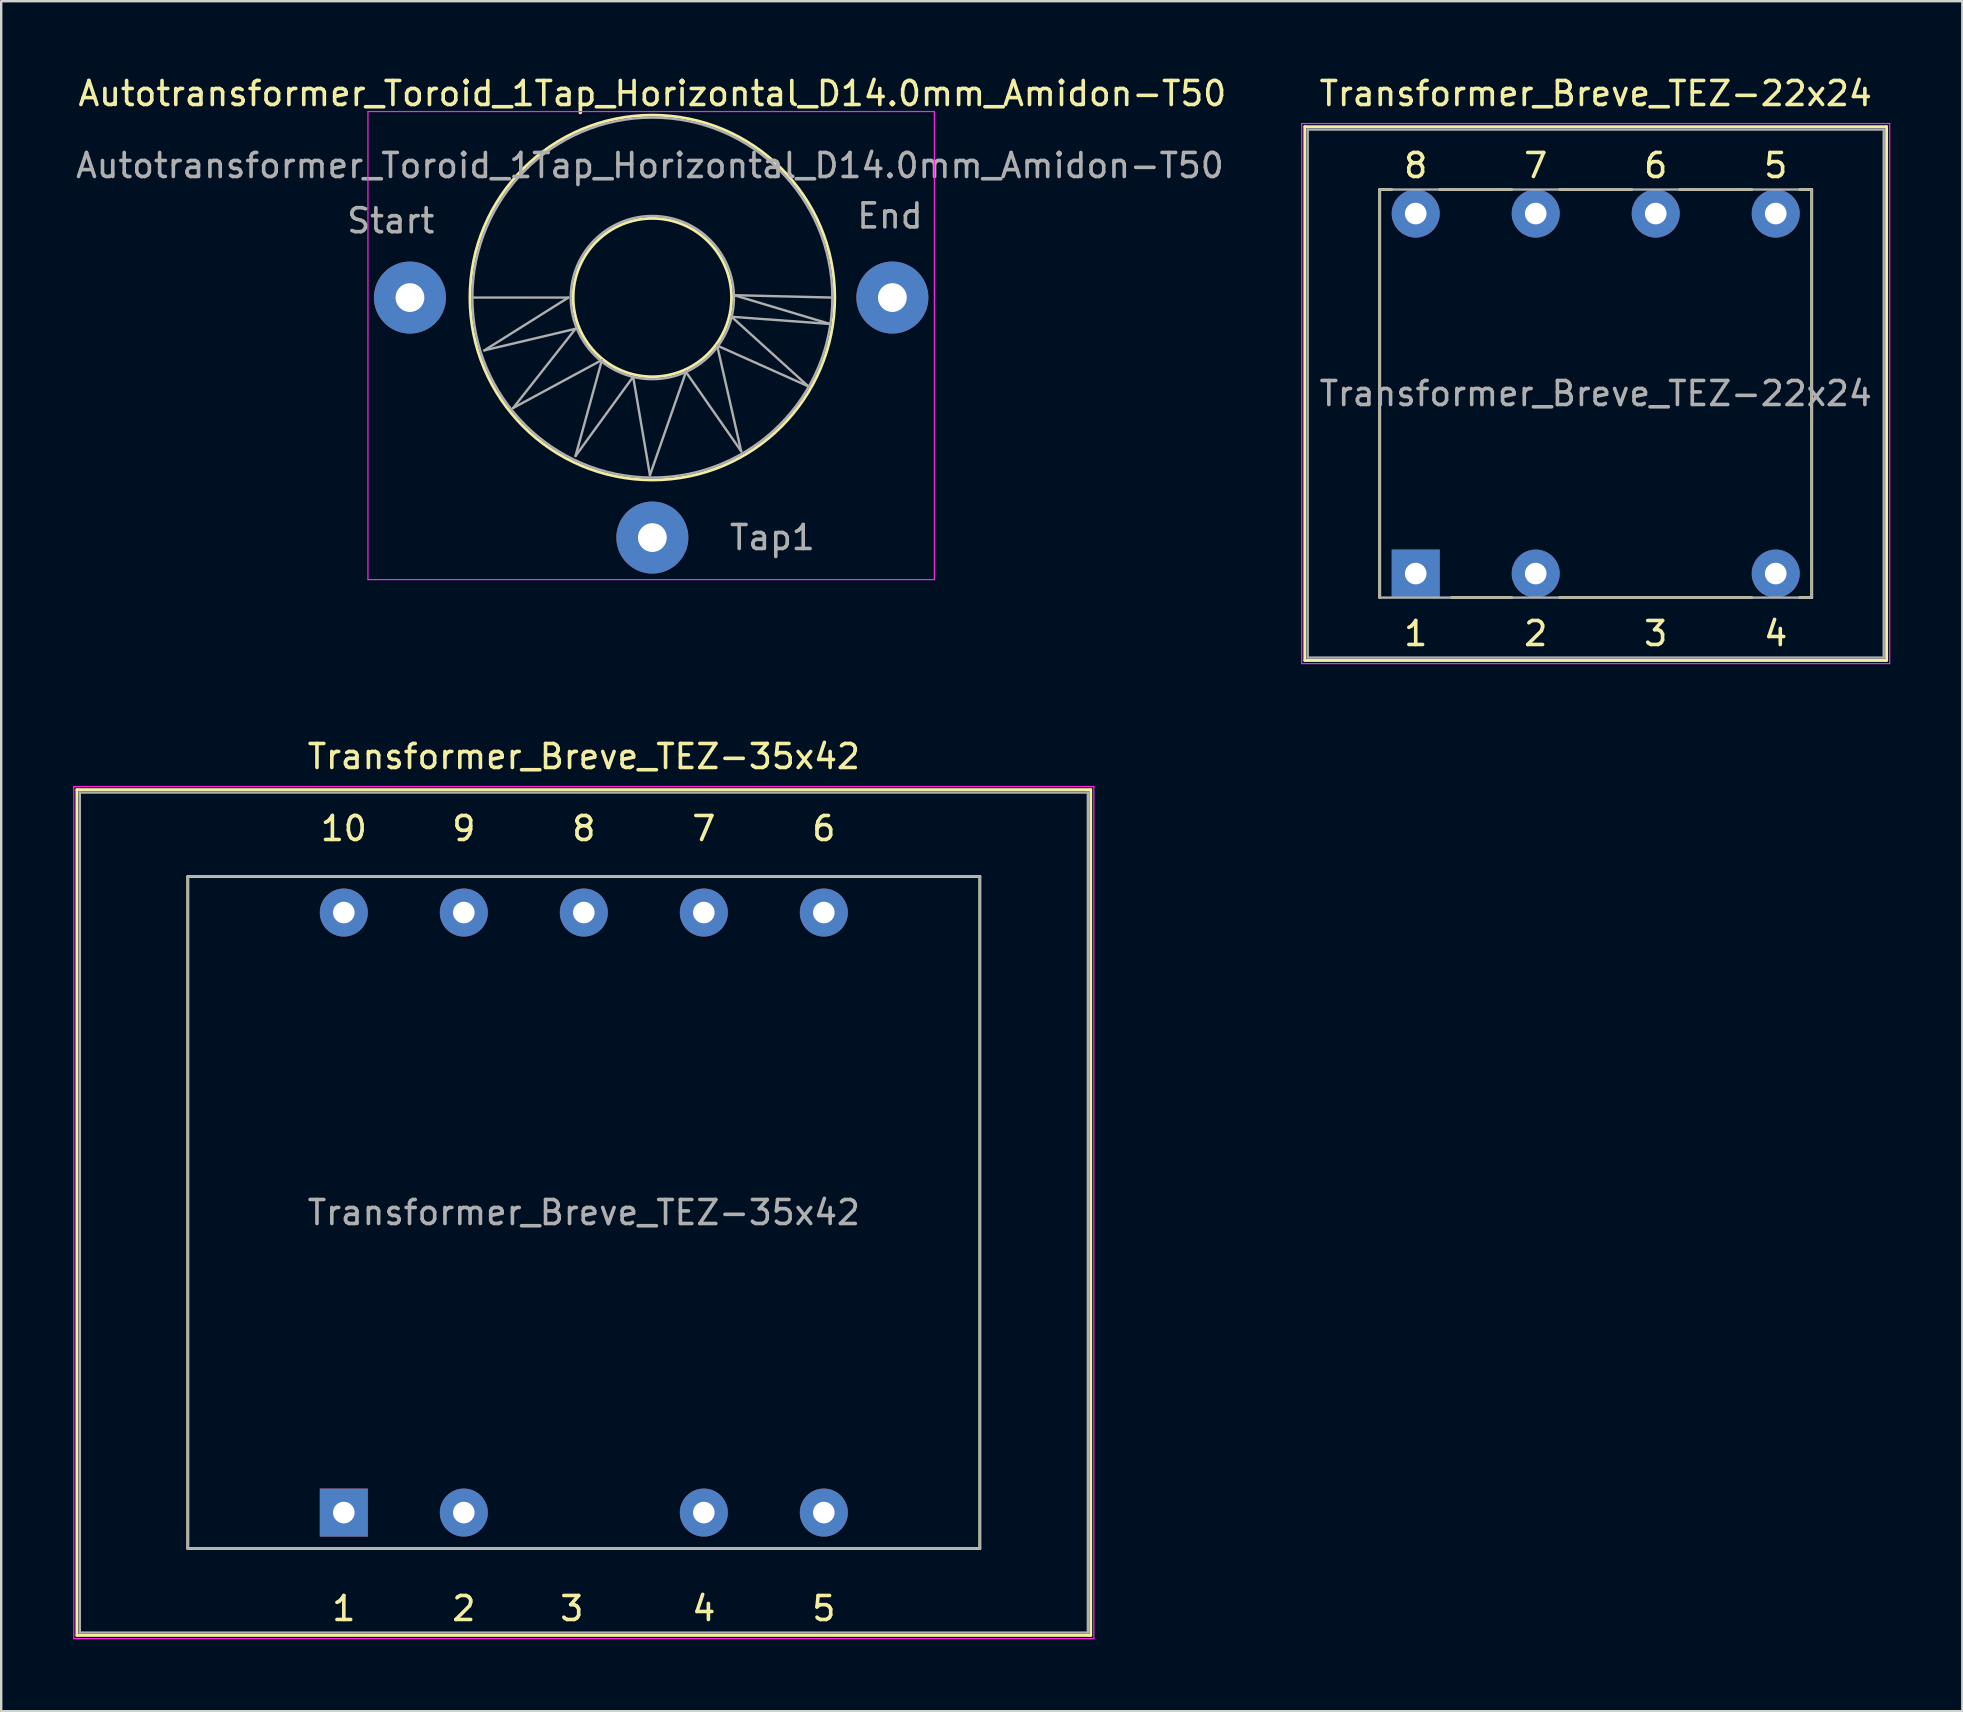
<source format=kicad_pcb>
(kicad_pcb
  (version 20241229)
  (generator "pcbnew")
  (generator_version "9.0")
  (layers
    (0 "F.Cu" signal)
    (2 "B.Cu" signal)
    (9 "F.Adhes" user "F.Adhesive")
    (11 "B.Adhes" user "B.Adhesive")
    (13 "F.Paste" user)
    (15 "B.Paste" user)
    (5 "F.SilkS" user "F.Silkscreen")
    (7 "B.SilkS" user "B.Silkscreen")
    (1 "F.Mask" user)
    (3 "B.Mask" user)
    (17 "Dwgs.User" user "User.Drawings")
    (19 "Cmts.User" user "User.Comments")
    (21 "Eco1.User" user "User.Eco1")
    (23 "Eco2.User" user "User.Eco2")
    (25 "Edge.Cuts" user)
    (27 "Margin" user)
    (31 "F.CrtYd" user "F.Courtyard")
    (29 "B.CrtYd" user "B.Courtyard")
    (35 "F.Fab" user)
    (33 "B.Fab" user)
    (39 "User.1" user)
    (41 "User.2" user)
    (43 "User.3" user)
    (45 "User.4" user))
  (footprint "Autotransformer_Toroid_1Tap_Horizontal_D14.0mm_Amidon-T50"
    (layer "F.Cu")
    (at 14.03 9.348)
    (property "Reference" "Autotransformer_Toroid_1Tap_Horizontal_D14.0mm_Amidon-T50" (at 10.1 -8.5 0) (layer "F.SilkS") (effects (font (size 1 1) (thickness 0.15))))
    (attr through_hole)
    (fp_circle (center 10.1 0) (end 13.4 0) (stroke (width 0.12) (type solid)) (fill no) (layer "F.SilkS"))
    (fp_circle (center 10.1 0) (end 17.7 0) (stroke (width 0.12) (type solid)) (fill no) (layer "F.SilkS"))
    (fp_line (start -1.75 -7.75) (end -1.75 11.75) (stroke (width 0.05) (type solid)) (layer "F.CrtYd"))
    (fp_line (start -1.75 -7.75) (end 21.85 -7.75) (stroke (width 0.05) (type solid)) (layer "F.CrtYd"))
    (fp_line (start 21.85 11.75) (end -1.75 11.75) (stroke (width 0.05) (type solid)) (layer "F.CrtYd"))
    (fp_line (start 21.85 11.75) (end 21.85 -7.75) (stroke (width 0.05) (type solid)) (layer "F.CrtYd"))
    (fp_line (start 2.6 0) (end 6.6 0) (stroke (width 0.1) (type solid)) (layer "F.Fab"))
    (fp_line (start 3.1 2.2) (end 6.9 1.3) (stroke (width 0.1) (type solid)) (layer "F.Fab"))
    (fp_line (start 4.3 4.6) (end 8 2.6) (stroke (width 0.1) (type solid)) (layer "F.Fab"))
    (fp_line (start 6.6 0) (end 3.1 2.2) (stroke (width 0.1) (type solid)) (layer "F.Fab"))
    (fp_line (start 6.9 1.3) (end 4.3 4.6) (stroke (width 0.1) (type solid)) (layer "F.Fab"))
    (fp_line (start 6.9 6.6) (end 9.3 3.3) (stroke (width 0.1) (type solid)) (layer "F.Fab"))
    (fp_line (start 8 2.6) (end 6.9 6.6) (stroke (width 0.1) (type solid)) (layer "F.Fab"))
    (fp_line (start 9.3 3.3) (end 10 7.4) (stroke (width 0.1) (type solid)) (layer "F.Fab"))
    (fp_line (start 10 7.4) (end 11.5 3.1) (stroke (width 0.1) (type solid)) (layer "F.Fab"))
    (fp_line (start 11.5 3.1) (end 13.8 6.4) (stroke (width 0.1) (type solid)) (layer "F.Fab"))
    (fp_line (start 12.8 2) (end 16.6 3.7) (stroke (width 0.1) (type solid)) (layer "F.Fab"))
    (fp_line (start 13.4 0.8) (end 17.5 1.1) (stroke (width 0.1) (type solid)) (layer "F.Fab"))
    (fp_line (start 13.5 -0.1) (end 17.6 0) (stroke (width 0.1) (type solid)) (layer "F.Fab"))
    (fp_line (start 13.8 6.4) (end 12.8 2) (stroke (width 0.1) (type solid)) (layer "F.Fab"))
    (fp_line (start 16.6 3.7) (end 13.4 0.8) (stroke (width 0.1) (type solid)) (layer "F.Fab"))
    (fp_line (start 17.5 1.1) (end 13.5 -0.1) (stroke (width 0.1) (type solid)) (layer "F.Fab"))
    (fp_circle (center 10.1 0) (end 13.5 0) (stroke (width 0.1) (type solid)) (fill no) (layer "F.Fab"))
    (fp_circle (center 10.1 0) (end 17.6 0) (stroke (width 0.1) (type solid)) (fill no) (layer "F.Fab"))
    (fp_text user "End" (at 20 -3.4 0) (layer "F.Fab") (effects (font (size 1 1) (thickness 0.15))))
    (fp_text user "Tap1" (at 15.1 10 0) (layer "F.Fab") (effects (font (size 1 1) (thickness 0.15))))
    (fp_text user "${REFERENCE}" (at 10 -5.5 0) (layer "F.Fab") (effects (font (size 1 1) (thickness 0.15))))
    (fp_text user "Start" (at -0.8 -3.2 0) (layer "F.Fab") (effects (font (size 1 1) (thickness 0.15))))
    (pad "1" thru_hole circle (at 0 0) (size 3 3) (drill 1.2) (layers "*.Cu" "*.Mask"))
    (pad "2" thru_hole circle (at 10.1 10) (size 3 3) (drill 1.2) (layers "*.Cu" "*.Mask"))
    (pad "3" thru_hole circle (at 20.1 0) (size 3 3) (drill 1.2) (layers "*.Cu" "*.Mask")))
  (footprint "Transformer_Breve_TEZ-22x24"
    (layer "F.Cu")
    (at 55.935 20.848)
    (property "Reference" "Transformer_Breve_TEZ-22x24" (at 7.5 -20 0) (layer "F.SilkS") (effects (font (size 1 1) (thickness 0.15))))
    (attr through_hole)
    (fp_line (start -4.62 -18.62) (end -4.62 3.62) (stroke (width 0.12) (type solid)) (layer "F.SilkS"))
    (fp_line (start -4.62 -18.62) (end 19.62 -18.62) (stroke (width 0.12) (type solid)) (layer "F.SilkS"))
    (fp_line (start -1.5 1) (end -1.5 -16) (stroke (width 0.12) (type solid)) (layer "F.SilkS"))
    (fp_line (start -1 -16) (end -1.5 -16) (stroke (width 0.12) (type solid)) (layer "F.SilkS"))
    (fp_line (start 1 -16) (end 4 -16) (stroke (width 0.12) (type solid)) (layer "F.SilkS"))
    (fp_line (start 4 1) (end 1.5 1) (stroke (width 0.12) (type solid)) (layer "F.SilkS"))
    (fp_line (start 6 -16) (end 9 -16) (stroke (width 0.12) (type solid)) (layer "F.SilkS"))
    (fp_line (start 6 1) (end 14 1) (stroke (width 0.12) (type solid)) (layer "F.SilkS"))
    (fp_line (start 11 -16) (end 14 -16) (stroke (width 0.12) (type solid)) (layer "F.SilkS"))
    (fp_line (start 16 -16) (end 16.5 -16) (stroke (width 0.12) (type solid)) (layer "F.SilkS"))
    (fp_line (start 16 1) (end 16.5 1) (stroke (width 0.12) (type solid)) (layer "F.SilkS"))
    (fp_line (start 16.5 1) (end 16.5 -16) (stroke (width 0.12) (type solid)) (layer "F.SilkS"))
    (fp_line (start 19.62 3.62) (end -4.62 3.62) (stroke (width 0.12) (type solid)) (layer "F.SilkS"))
    (fp_line (start 19.62 3.62) (end 19.62 -18.62) (stroke (width 0.12) (type solid)) (layer "F.SilkS"))
    (fp_line (start -4.75 -18.75) (end -4.75 3.75) (stroke (width 0.05) (type solid)) (layer "F.CrtYd"))
    (fp_line (start -4.75 -18.75) (end 19.75 -18.75) (stroke (width 0.05) (type solid)) (layer "F.CrtYd"))
    (fp_line (start 19.75 3.75) (end -4.75 3.75) (stroke (width 0.05) (type solid)) (layer "F.CrtYd"))
    (fp_line (start 19.75 3.75) (end 19.75 -18.75) (stroke (width 0.05) (type solid)) (layer "F.CrtYd"))
    (fp_line (start -4.5 -18.5) (end 19.5 -18.5) (stroke (width 0.1) (type solid)) (layer "F.Fab"))
    (fp_line (start -4.5 3.5) (end -4.5 -18.5) (stroke (width 0.1) (type solid)) (layer "F.Fab"))
    (fp_line (start -1.5 -16) (end 16.5 -16) (stroke (width 0.1) (type solid)) (layer "F.Fab"))
    (fp_line (start -1.5 1) (end -1.5 -16) (stroke (width 0.1) (type solid)) (layer "F.Fab"))
    (fp_line (start 16.5 -16) (end 16.5 1) (stroke (width 0.1) (type solid)) (layer "F.Fab"))
    (fp_line (start 16.5 1) (end -1.5 1) (stroke (width 0.1) (type solid)) (layer "F.Fab"))
    (fp_line (start 19.5 -18.5) (end 19.5 3.5) (stroke (width 0.1) (type solid)) (layer "F.Fab"))
    (fp_line (start 19.5 3.5) (end -4.5 3.5) (stroke (width 0.1) (type solid)) (layer "F.Fab"))
    (fp_text user "4" (at 15 2.5 0) (layer "F.SilkS") (effects (font (size 1 1) (thickness 0.15))))
    (fp_text user "8" (at 0 -17 0) (layer "F.SilkS") (effects (font (size 1 1) (thickness 0.15))))
    (fp_text user "5" (at 15 -17 0) (layer "F.SilkS") (effects (font (size 1 1) (thickness 0.15))))
    (fp_text user "7" (at 5 -17 0) (layer "F.SilkS") (effects (font (size 1 1) (thickness 0.15))))
    (fp_text user "2" (at 5 2.5 0) (layer "F.SilkS") (effects (font (size 1 1) (thickness 0.15))))
    (fp_text user "1" (at 0 2.5 0) (layer "F.SilkS") (effects (font (size 1 1) (thickness 0.15))))
    (fp_text user "6" (at 10 -17 0) (layer "F.SilkS") (effects (font (size 1 1) (thickness 0.15))))
    (fp_text user "3" (at 10 2.5 0) (layer "F.SilkS") (effects (font (size 1 1) (thickness 0.15))))
    (fp_text user "${REFERENCE}" (at 7.5 -7.5 0) (layer "F.Fab") (effects (font (size 1 1) (thickness 0.15))))
    (pad "1" thru_hole rect (at 0 0) (size 2 2) (drill 0.9) (layers "*.Cu" "*.Mask"))
    (pad "2" thru_hole circle (at 5 0) (size 2 2) (drill 0.9) (layers "*.Cu" "*.Mask"))
    (pad "4" thru_hole circle (at 15 0) (size 2 2) (drill 0.9) (layers "*.Cu" "*.Mask"))
    (pad "5" thru_hole circle (at 15 -15) (size 2 2) (drill 0.9) (layers "*.Cu" "*.Mask"))
    (pad "6" thru_hole circle (at 10 -15) (size 2 2) (drill 0.9) (layers "*.Cu" "*.Mask"))
    (pad "7" thru_hole circle (at 5 -15) (size 2 2) (drill 0.9) (layers "*.Cu" "*.Mask"))
    (pad "8" thru_hole circle (at 0 -15) (size 2 2) (drill 0.9) (layers "*.Cu" "*.Mask")))
  (footprint "Transformer_Breve_TEZ-35x42"
    (layer "F.Cu")
    (at 11.275 59.971)
    (property "Reference" "Transformer_Breve_TEZ-35x42" (at 10 -31.5 0) (layer "F.SilkS") (effects (font (size 1 1) (thickness 0.15))))
    (attr through_hole)
    (fp_line (start -11.12 -30.12) (end -11.12 5.12) (stroke (width 0.12) (type solid)) (layer "F.SilkS"))
    (fp_line (start -11.12 -30.12) (end 31.12 -30.12) (stroke (width 0.12) (type solid)) (layer "F.SilkS"))
    (fp_line (start -6.5 -26.5) (end 26.5 -26.5) (stroke (width 0.12) (type solid)) (layer "F.SilkS"))
    (fp_line (start -6.5 1.5) (end -6.5 -26.5) (stroke (width 0.12) (type solid)) (layer "F.SilkS"))
    (fp_line (start 26.5 -26.5) (end 26.5 1.5) (stroke (width 0.12) (type solid)) (layer "F.SilkS"))
    (fp_line (start 26.5 1.5) (end -6.5 1.5) (stroke (width 0.12) (type solid)) (layer "F.SilkS"))
    (fp_line (start 31.12 5.12) (end -11.12 5.12) (stroke (width 0.12) (type solid)) (layer "F.SilkS"))
    (fp_line (start 31.12 5.12) (end 31.12 -30.12) (stroke (width 0.12) (type solid)) (layer "F.SilkS"))
    (fp_line (start -11.25 -30.25) (end -11.25 5.25) (stroke (width 0.05) (type solid)) (layer "F.CrtYd"))
    (fp_line (start -11.25 -30.25) (end 31.25 -30.25) (stroke (width 0.05) (type solid)) (layer "F.CrtYd"))
    (fp_line (start 31.25 5.25) (end -11.25 5.25) (stroke (width 0.05) (type solid)) (layer "F.CrtYd"))
    (fp_line (start 31.25 5.25) (end 31.25 -30.25) (stroke (width 0.05) (type solid)) (layer "F.CrtYd"))
    (fp_line (start -11 -30) (end 31 -30) (stroke (width 0.1) (type solid)) (layer "F.Fab"))
    (fp_line (start -11 5) (end -11 -30) (stroke (width 0.1) (type solid)) (layer "F.Fab"))
    (fp_line (start -6.5 -26.5) (end -6.5 1.5) (stroke (width 0.1) (type solid)) (layer "F.Fab"))
    (fp_line (start -6.5 1.5) (end 26.5 1.5) (stroke (width 0.1) (type solid)) (layer "F.Fab"))
    (fp_line (start 26.5 -26.5) (end -6.5 -26.5) (stroke (width 0.1) (type solid)) (layer "F.Fab"))
    (fp_line (start 26.5 1.5) (end 26.5 -26.5) (stroke (width 0.1) (type solid)) (layer "F.Fab"))
    (fp_line (start 31 -30) (end 31 5) (stroke (width 0.1) (type solid)) (layer "F.Fab"))
    (fp_line (start 31 5) (end -11 5) (stroke (width 0.1) (type solid)) (layer "F.Fab"))
    (fp_text user "1" (at 0 4 0) (layer "F.SilkS") (effects (font (size 1 1) (thickness 0.15))))
    (fp_text user "8" (at 10 -28.5 0) (layer "F.SilkS") (effects (font (size 1 1) (thickness 0.15))))
    (fp_text user "7" (at 15 -28.5 0) (layer "F.SilkS") (effects (font (size 1 1) (thickness 0.15))))
    (fp_text user "6" (at 20 -28.5 0) (layer "F.SilkS") (effects (font (size 1 1) (thickness 0.15))))
    (fp_text user "3" (at 9.5 4 0) (layer "F.SilkS") (effects (font (size 1 1) (thickness 0.15))))
    (fp_text user "9" (at 5 -28.5 0) (layer "F.SilkS") (effects (font (size 1 1) (thickness 0.15))))
    (fp_text user "2" (at 5 4 0) (layer "F.SilkS") (effects (font (size 1 1) (thickness 0.15))))
    (fp_text user "5" (at 20 4 0) (layer "F.SilkS") (effects (font (size 1 1) (thickness 0.15))))
    (fp_text user "4" (at 15 4 0) (layer "F.SilkS") (effects (font (size 1 1) (thickness 0.15))))
    (fp_text user "10" (at 0 -28.5 0) (layer "F.SilkS") (effects (font (size 1 1) (thickness 0.15))))
    (fp_text user "${REFERENCE}" (at 10 -12.5 0) (layer "F.Fab") (effects (font (size 1 1) (thickness 0.15))))
    (pad "1" thru_hole rect (at 0 0) (size 2 2) (drill 0.9) (layers "*.Cu" "*.Mask"))
    (pad "2" thru_hole circle (at 5 0) (size 2 2) (drill 0.9) (layers "*.Cu" "*.Mask"))
    (pad "4" thru_hole circle (at 15 0) (size 2 2) (drill 0.9) (layers "*.Cu" "*.Mask"))
    (pad "5" thru_hole circle (at 20 0) (size 2 2) (drill 0.9) (layers "*.Cu" "*.Mask"))
    (pad "6" thru_hole circle (at 20 -25) (size 2 2) (drill 0.9) (layers "*.Cu" "*.Mask"))
    (pad "7" thru_hole circle (at 15 -25) (size 2 2) (drill 0.9) (layers "*.Cu" "*.Mask"))
    (pad "8" thru_hole circle (at 10 -25) (size 2 2) (drill 0.9) (layers "*.Cu" "*.Mask"))
    (pad "9" thru_hole circle (at 5 -25) (size 2 2) (drill 0.9) (layers "*.Cu" "*.Mask"))
    (pad "10" thru_hole circle (at 0 -25) (size 2 2) (drill 0.9) (layers "*.Cu" "*.Mask")))
  (gr_rect
    (start -3 -3)
    (end 78.71 68.246)
    (stroke (width 0.1) (type default))
    (fill no)
    (layer "Edge.Cuts")))
</source>
